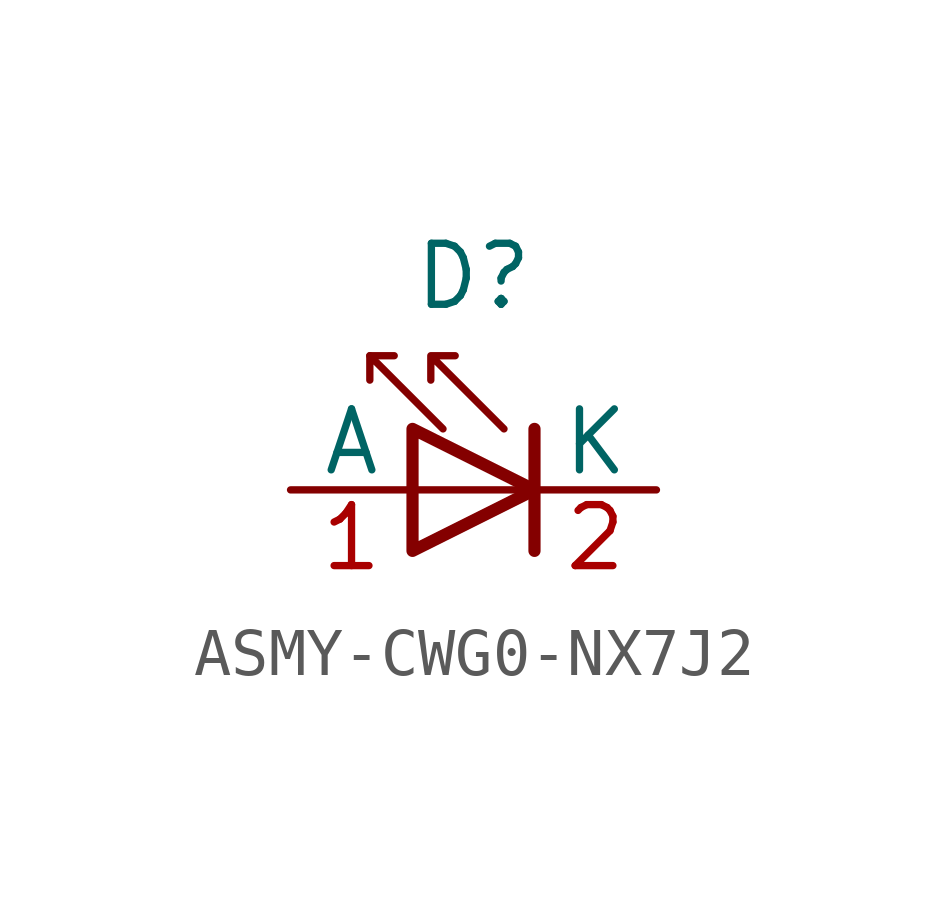
<source format=kicad_sym>
(kicad_symbol_lib
  (version 20220914)
  (generator kicad_symbol_editor)
  (symbol "ASMY-CWG0-NX7J2"
    (pin_names
      (offset 0))
    (property "Reference" "D"
      (at 0 4.445 0)
      (effects (font (size 1.27 1.27))))
    (symbol "ASMY-CWG0-NX7J2_0_1"
      (polyline (pts (xy -2.159 2.794) (xy -1.651 2.794)) (stroke (width 0) (type default)) (fill (type none)))
      (polyline (pts (xy 1.27 0) (xy -1.27 0)) (stroke (width 0) (type default)) (fill (type none)))
      (polyline (pts (xy 1.27 1.27) (xy 1.27 -1.27)) (stroke (width 0.254) (type default)) (fill (type none)))
      (polyline (pts (xy -0.635 1.27) (xy -2.159 2.794) (xy -2.159 2.286)) (stroke (width 0) (type default)) (fill (type none)))
      (polyline (pts (xy -1.27 -1.27) (xy -1.27 1.27) (xy 1.27 0) (xy -1.27 -1.27)) (stroke (width 0.254) (type default)) (fill (type none)))
      (polyline (pts (xy 0.635 1.27) (xy -0.889 2.794) (xy -0.889 2.286) (xy -0.889 2.794) (xy -0.381 2.794)) (stroke (width 0) (type default)) (fill (type none))))
    (symbol "ASMY-CWG0-NX7J2_1_1"
      (pin passive line (at -3.81 0 0) (length 2.54) (name "A" (effects (font (size 1.27 1.27)))) (number "1" (effects (font (size 1.27 1.27)))))
      (pin passive line (at 3.81 0 180) (length 2.54) (name "K" (effects (font (size 1.27 1.27)))) (number "2" (effects (font (size 1.27 1.27))))))))
</source>
